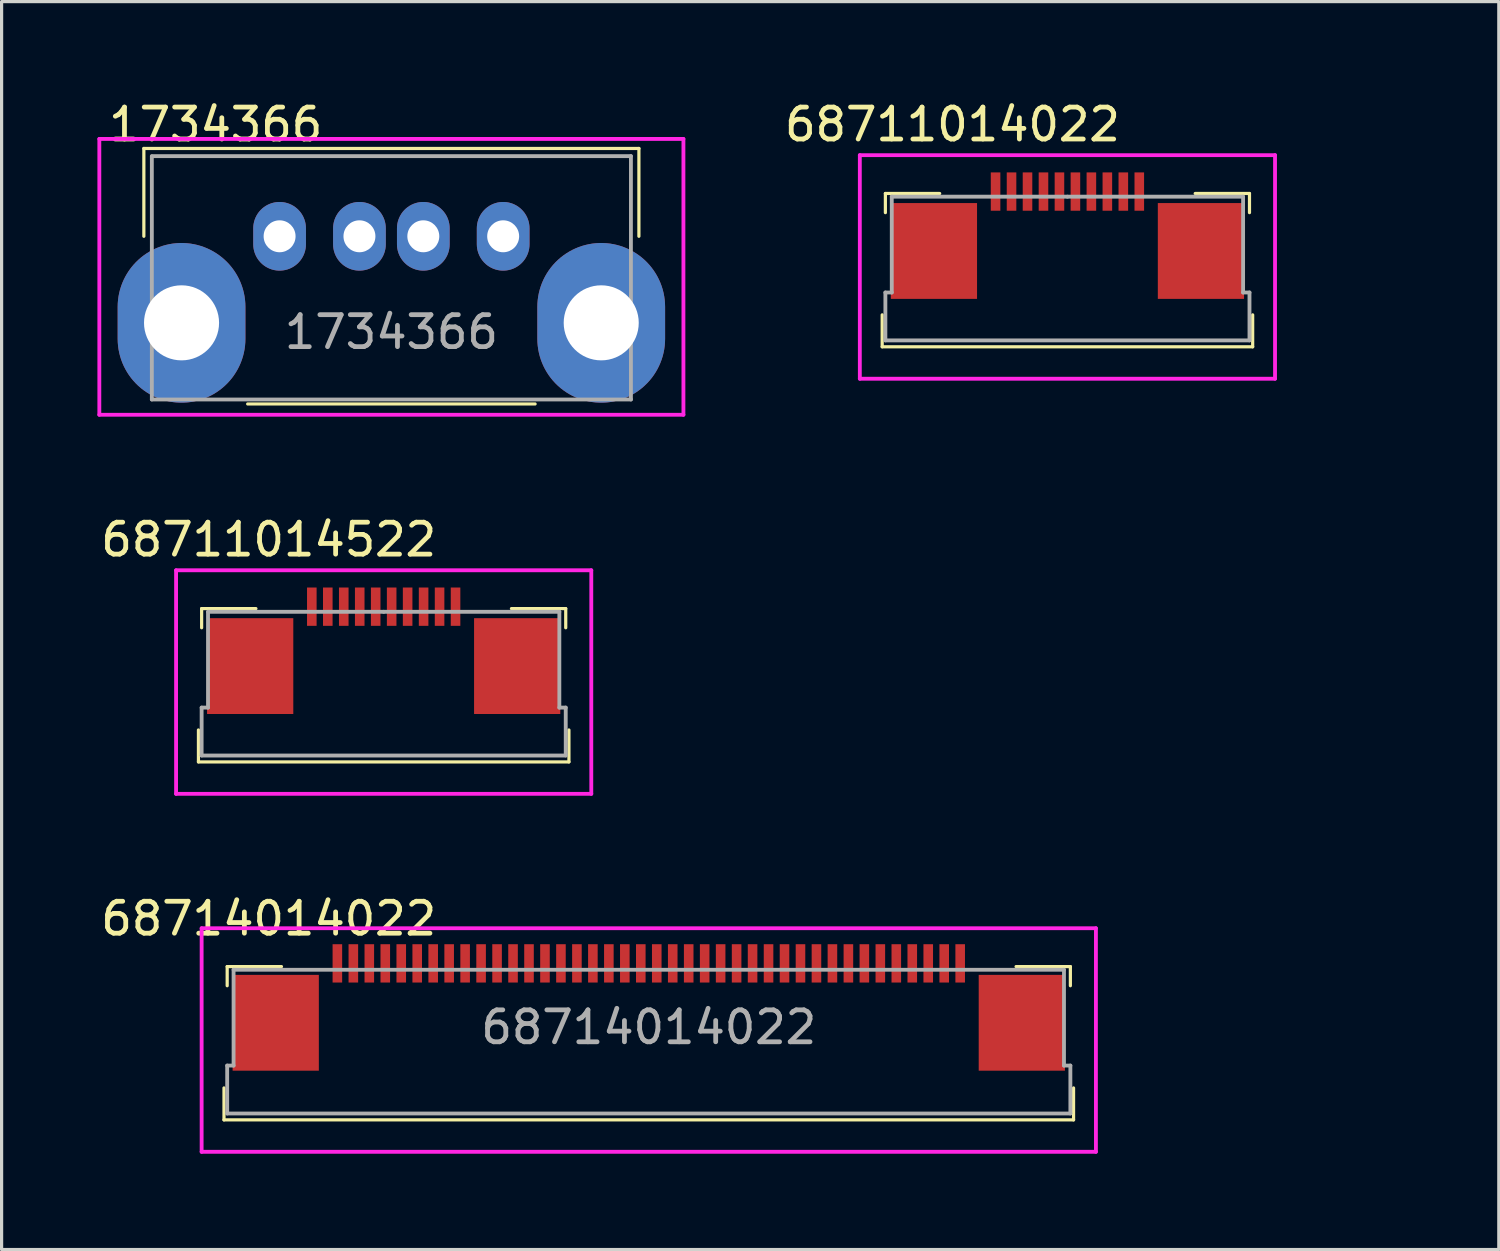
<source format=kicad_pcb>
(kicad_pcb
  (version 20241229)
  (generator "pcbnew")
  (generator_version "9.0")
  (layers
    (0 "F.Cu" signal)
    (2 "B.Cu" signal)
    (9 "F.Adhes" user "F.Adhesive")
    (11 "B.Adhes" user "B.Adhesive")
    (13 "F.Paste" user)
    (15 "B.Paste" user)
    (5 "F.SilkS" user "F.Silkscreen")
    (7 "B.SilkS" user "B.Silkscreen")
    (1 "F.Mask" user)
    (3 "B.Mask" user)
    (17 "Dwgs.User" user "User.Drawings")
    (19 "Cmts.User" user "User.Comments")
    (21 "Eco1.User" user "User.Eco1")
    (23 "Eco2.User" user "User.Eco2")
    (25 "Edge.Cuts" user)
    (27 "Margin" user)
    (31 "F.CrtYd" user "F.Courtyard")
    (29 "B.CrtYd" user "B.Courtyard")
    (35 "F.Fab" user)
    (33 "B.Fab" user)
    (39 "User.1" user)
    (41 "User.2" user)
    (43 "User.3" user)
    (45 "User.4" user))
  (footprint "68714014022"
    (layer "F.Cu")
    (at 17.263 29.113)
    (property "Reference" "68714014022" (at -11.9 -3.4 0) (layer "F.SilkS") (effects (font (size 1 1) (thickness 0.15))))
    (attr through_hole)
    (fp_line (start -13.3 2.9) (end -13.3 1.9) (stroke (width 0.1) (type solid)) (layer "F.SilkS"))
    (fp_line (start -13.3 2.9) (end 13.3 2.9) (stroke (width 0.1) (type solid)) (layer "F.SilkS"))
    (fp_line (start -13.2 -1.9) (end -13.2 -1.3) (stroke (width 0.1) (type solid)) (layer "F.SilkS"))
    (fp_line (start -11.5 -1.9) (end -13.2 -1.9) (stroke (width 0.1) (type solid)) (layer "F.SilkS"))
    (fp_line (start 11.5 -1.9) (end 13.2 -1.9) (stroke (width 0.1) (type solid)) (layer "F.SilkS"))
    (fp_line (start 13.2 -1.9) (end 13.2 -1.3) (stroke (width 0.1) (type solid)) (layer "F.SilkS"))
    (fp_line (start 13.3 1.9) (end 13.3 2.9) (stroke (width 0.1) (type solid)) (layer "F.SilkS"))
    (fp_line (start -14 -3.1) (end -14 3.9) (stroke (width 0.12) (type solid)) (layer "F.CrtYd"))
    (fp_line (start -14 -3.1) (end 14 -3.1) (stroke (width 0.12) (type solid)) (layer "F.CrtYd"))
    (fp_line (start 14 3.9) (end -14 3.9) (stroke (width 0.12) (type solid)) (layer "F.CrtYd"))
    (fp_line (start 14 3.9) (end 14 -3.1) (stroke (width 0.12) (type solid)) (layer "F.CrtYd"))
    (fp_line (start -13.2 1.2) (end -13 1.2) (stroke (width 0.12) (type solid)) (layer "F.Fab"))
    (fp_line (start -13.2 2.7) (end -13.2 1.2) (stroke (width 0.12) (type solid)) (layer "F.Fab"))
    (fp_line (start -13 -1.8) (end 13 -1.8) (stroke (width 0.12) (type solid)) (layer "F.Fab"))
    (fp_line (start -13 1.2) (end -13 -1.8) (stroke (width 0.12) (type solid)) (layer "F.Fab"))
    (fp_line (start 13 -1.8) (end 13 1.2) (stroke (width 0.12) (type solid)) (layer "F.Fab"))
    (fp_line (start 13 1.2) (end 13.2 1.2) (stroke (width 0.12) (type solid)) (layer "F.Fab"))
    (fp_line (start 13.2 1.2) (end 13.2 2.7) (stroke (width 0.12) (type solid)) (layer "F.Fab"))
    (fp_line (start 13.2 2.7) (end -13.2 2.7) (stroke (width 0.12) (type solid)) (layer "F.Fab"))
    (fp_text user "${REFERENCE}" (at 0 0 0) (layer "F.Fab") (effects (font (size 1 1) (thickness 0.15))))
    (pad "" smd rect (at -11.68 -0.14) (size 2.7 3) (layers "F.Cu" "F.Mask" "F.Paste"))
    (pad "" smd rect (at 11.68 -0.14) (size 2.7 3) (layers "F.Cu" "F.Mask" "F.Paste"))
    (pad "1" smd rect (at -9.75 -2) (size 0.3 1.2) (layers "F.Cu" "F.Mask" "F.Paste"))
    (pad "2" smd rect (at -9.25 -2) (size 0.3 1.2) (layers "F.Cu" "F.Mask" "F.Paste"))
    (pad "3" smd rect (at -8.75 -2) (size 0.3 1.2) (layers "F.Cu" "F.Mask" "F.Paste"))
    (pad "4" smd rect (at -8.25 -2) (size 0.3 1.2) (layers "F.Cu" "F.Mask" "F.Paste"))
    (pad "5" smd rect (at -7.75 -2) (size 0.3 1.2) (layers "F.Cu" "F.Mask" "F.Paste"))
    (pad "6" smd rect (at -7.25 -2) (size 0.3 1.2) (layers "F.Cu" "F.Mask" "F.Paste"))
    (pad "7" smd rect (at -6.75 -2) (size 0.3 1.2) (layers "F.Cu" "F.Mask" "F.Paste"))
    (pad "8" smd rect (at -6.25 -2) (size 0.3 1.2) (layers "F.Cu" "F.Mask" "F.Paste"))
    (pad "9" smd rect (at -5.75 -2) (size 0.3 1.2) (layers "F.Cu" "F.Mask" "F.Paste"))
    (pad "10" smd rect (at -5.25 -2) (size 0.3 1.2) (layers "F.Cu" "F.Mask" "F.Paste"))
    (pad "11" smd rect (at -4.75 -2) (size 0.3 1.2) (layers "F.Cu" "F.Mask" "F.Paste"))
    (pad "12" smd rect (at -4.25 -2) (size 0.3 1.2) (layers "F.Cu" "F.Mask" "F.Paste"))
    (pad "13" smd rect (at -3.75 -2) (size 0.3 1.2) (layers "F.Cu" "F.Mask" "F.Paste"))
    (pad "14" smd rect (at -3.25 -2) (size 0.3 1.2) (layers "F.Cu" "F.Mask" "F.Paste"))
    (pad "15" smd rect (at -2.75 -2) (size 0.3 1.2) (layers "F.Cu" "F.Mask" "F.Paste"))
    (pad "16" smd rect (at -2.25 -2) (size 0.3 1.2) (layers "F.Cu" "F.Mask" "F.Paste"))
    (pad "17" smd rect (at -1.75 -2) (size 0.3 1.2) (layers "F.Cu" "F.Mask" "F.Paste"))
    (pad "18" smd rect (at -1.25 -2) (size 0.3 1.2) (layers "F.Cu" "F.Mask" "F.Paste"))
    (pad "19" smd rect (at -0.75 -2) (size 0.3 1.2) (layers "F.Cu" "F.Mask" "F.Paste"))
    (pad "20" smd rect (at -0.25 -2) (size 0.3 1.2) (layers "F.Cu" "F.Mask" "F.Paste"))
    (pad "21" smd rect (at 0.25 -2) (size 0.3 1.2) (layers "F.Cu" "F.Mask" "F.Paste"))
    (pad "22" smd rect (at 0.75 -2) (size 0.3 1.2) (layers "F.Cu" "F.Mask" "F.Paste"))
    (pad "23" smd rect (at 1.25 -2) (size 0.3 1.2) (layers "F.Cu" "F.Mask" "F.Paste"))
    (pad "24" smd rect (at 1.75 -2) (size 0.3 1.2) (layers "F.Cu" "F.Mask" "F.Paste"))
    (pad "25" smd rect (at 2.25 -2) (size 0.3 1.2) (layers "F.Cu" "F.Mask" "F.Paste"))
    (pad "26" smd rect (at 2.75 -2) (size 0.3 1.2) (layers "F.Cu" "F.Mask" "F.Paste"))
    (pad "27" smd rect (at 3.25 -2) (size 0.3 1.2) (layers "F.Cu" "F.Mask" "F.Paste"))
    (pad "28" smd rect (at 3.75 -2) (size 0.3 1.2) (layers "F.Cu" "F.Mask" "F.Paste"))
    (pad "29" smd rect (at 4.25 -2) (size 0.3 1.2) (layers "F.Cu" "F.Mask" "F.Paste"))
    (pad "30" smd rect (at 4.75 -2) (size 0.3 1.2) (layers "F.Cu" "F.Mask" "F.Paste"))
    (pad "31" smd rect (at 5.25 -2) (size 0.3 1.2) (layers "F.Cu" "F.Mask" "F.Paste"))
    (pad "32" smd rect (at 5.75 -2) (size 0.3 1.2) (layers "F.Cu" "F.Mask" "F.Paste"))
    (pad "33" smd rect (at 6.25 -2) (size 0.3 1.2) (layers "F.Cu" "F.Mask" "F.Paste"))
    (pad "34" smd rect (at 6.75 -2) (size 0.3 1.2) (layers "F.Cu" "F.Mask" "F.Paste"))
    (pad "35" smd rect (at 7.25 -2) (size 0.3 1.2) (layers "F.Cu" "F.Mask" "F.Paste"))
    (pad "36" smd rect (at 7.75 -2) (size 0.3 1.2) (layers "F.Cu" "F.Mask" "F.Paste"))
    (pad "37" smd rect (at 8.25 -2) (size 0.3 1.2) (layers "F.Cu" "F.Mask" "F.Paste"))
    (pad "38" smd rect (at 8.75 -2) (size 0.3 1.2) (layers "F.Cu" "F.Mask" "F.Paste"))
    (pad "39" smd rect (at 9.25 -2) (size 0.3 1.2) (layers "F.Cu" "F.Mask" "F.Paste"))
    (pad "40" smd rect (at 9.75 -2) (size 0.3 1.2) (layers "F.Cu" "F.Mask" "F.Paste")))
  (footprint "68711014022"
    (layer "F.Cu")
    (at 30.371 4.808)
    (property "Reference" "68711014022" (at -3.6 -3.96 0) (layer "F.SilkS") (effects (font (size 1 1) (thickness 0.15))))
    (attr through_hole)
    (fp_line (start -5.8 3) (end -5.8 2) (stroke (width 0.1) (type solid)) (layer "F.SilkS"))
    (fp_line (start -5.7 -1.8) (end -5.7 -1.2) (stroke (width 0.1) (type solid)) (layer "F.SilkS"))
    (fp_line (start -4 -1.8) (end -5.7 -1.8) (stroke (width 0.1) (type solid)) (layer "F.SilkS"))
    (fp_line (start 4 -1.8) (end 5.7 -1.8) (stroke (width 0.1) (type solid)) (layer "F.SilkS"))
    (fp_line (start 5.7 -1.8) (end 5.7 -1.2) (stroke (width 0.1) (type solid)) (layer "F.SilkS"))
    (fp_line (start 5.8 2) (end 5.8 3) (stroke (width 0.1) (type solid)) (layer "F.SilkS"))
    (fp_line (start 5.8 3) (end -5.8 3) (stroke (width 0.1) (type solid)) (layer "F.SilkS"))
    (fp_line (start -2.7 0) (end 2.6 0) (stroke (width 0.12) (type solid)) (layer "Eco1.User"))
    (fp_line (start 0 0.4) (end -0.5 1) (stroke (width 0.12) (type solid)) (layer "Eco1.User"))
    (fp_line (start 0 0.4) (end 0 4) (stroke (width 0.12) (type solid)) (layer "Eco1.User"))
    (fp_line (start 0 0.4) (end 0.5 1) (stroke (width 0.12) (type solid)) (layer "Eco1.User"))
    (fp_line (start -6.5 -3) (end -6.5 4) (stroke (width 0.12) (type solid)) (layer "F.CrtYd"))
    (fp_line (start -6.5 4) (end 6.5 4) (stroke (width 0.12) (type solid)) (layer "F.CrtYd"))
    (fp_line (start 6.5 -3) (end -6.5 -3) (stroke (width 0.12) (type solid)) (layer "F.CrtYd"))
    (fp_line (start 6.5 4) (end 6.5 -3) (stroke (width 0.12) (type solid)) (layer "F.CrtYd"))
    (fp_line (start -5.7 1.3) (end -5.5 1.3) (stroke (width 0.12) (type solid)) (layer "F.Fab"))
    (fp_line (start -5.7 2.8) (end -5.7 1.3) (stroke (width 0.12) (type solid)) (layer "F.Fab"))
    (fp_line (start -5.5 -1.7) (end 0 -1.7) (stroke (width 0.12) (type solid)) (layer "F.Fab"))
    (fp_line (start -5.5 1.3) (end -5.5 -1.7) (stroke (width 0.12) (type solid)) (layer "F.Fab"))
    (fp_line (start 0 -1.7) (end 5.5 -1.7) (stroke (width 0.12) (type solid)) (layer "F.Fab"))
    (fp_line (start 5.5 -1.7) (end 5.5 1.3) (stroke (width 0.12) (type solid)) (layer "F.Fab"))
    (fp_line (start 5.5 1.3) (end 5.7 1.3) (stroke (width 0.12) (type solid)) (layer "F.Fab"))
    (fp_line (start 5.7 1.3) (end 5.7 2.8) (stroke (width 0.12) (type solid)) (layer "F.Fab"))
    (fp_line (start 5.7 2.8) (end -5.7 2.8) (stroke (width 0.12) (type solid)) (layer "F.Fab"))
    (fp_text user "FPC depth" (at 6.5 0 0) (layer "Eco1.User") (effects (font (size 1 1) (thickness 0.15))))
    (pad "" smd rect (at -4.18 0) (size 2.7 3) (layers "F.Cu" "F.Mask" "F.Paste"))
    (pad "" smd rect (at 4.18 0) (size 2.7 3) (layers "F.Cu" "F.Mask" "F.Paste"))
    (pad "1" smd rect (at -2.25 -1.86) (size 0.3 1.2) (layers "F.Cu" "F.Mask" "F.Paste"))
    (pad "2" smd rect (at -1.75 -1.86) (size 0.3 1.2) (layers "F.Cu" "F.Mask" "F.Paste"))
    (pad "3" smd rect (at -1.25 -1.86) (size 0.3 1.2) (layers "F.Cu" "F.Mask" "F.Paste"))
    (pad "4" smd rect (at -0.75 -1.86) (size 0.3 1.2) (layers "F.Cu" "F.Mask" "F.Paste"))
    (pad "5" smd rect (at -0.25 -1.86) (size 0.3 1.2) (layers "F.Cu" "F.Mask" "F.Paste"))
    (pad "6" smd rect (at 0.25 -1.86) (size 0.3 1.2) (layers "F.Cu" "F.Mask" "F.Paste"))
    (pad "7" smd rect (at 0.75 -1.86) (size 0.3 1.2) (layers "F.Cu" "F.Mask" "F.Paste"))
    (pad "8" smd rect (at 1.25 -1.86) (size 0.3 1.2) (layers "F.Cu" "F.Mask" "F.Paste"))
    (pad "9" smd rect (at 1.75 -1.86) (size 0.3 1.2) (layers "F.Cu" "F.Mask" "F.Paste"))
    (pad "10" smd rect (at 2.25 -1.86) (size 0.3 1.2) (layers "F.Cu" "F.Mask" "F.Paste")))
  (footprint "68711014522"
    (layer "F.Cu")
    (at 8.963 17.805)
    (property "Reference" "68711014522" (at -3.6 -3.96 0) (layer "F.SilkS") (effects (font (size 1 1) (thickness 0.15))))
    (attr through_hole)
    (fp_line (start -5.8 3) (end -5.8 2) (stroke (width 0.1) (type solid)) (layer "F.SilkS"))
    (fp_line (start -5.7 -1.8) (end -5.7 -1.2) (stroke (width 0.1) (type solid)) (layer "F.SilkS"))
    (fp_line (start -4 -1.8) (end -5.7 -1.8) (stroke (width 0.1) (type solid)) (layer "F.SilkS"))
    (fp_line (start 4 -1.8) (end 5.7 -1.8) (stroke (width 0.1) (type solid)) (layer "F.SilkS"))
    (fp_line (start 5.7 -1.8) (end 5.7 -1.2) (stroke (width 0.1) (type solid)) (layer "F.SilkS"))
    (fp_line (start 5.8 2) (end 5.8 3) (stroke (width 0.1) (type solid)) (layer "F.SilkS"))
    (fp_line (start 5.8 3) (end -5.8 3) (stroke (width 0.1) (type solid)) (layer "F.SilkS"))
    (fp_line (start -2.7 0) (end 2.6 0) (stroke (width 0.12) (type solid)) (layer "Eco1.User"))
    (fp_line (start 0 0.4) (end -0.5 1) (stroke (width 0.12) (type solid)) (layer "Eco1.User"))
    (fp_line (start 0 0.4) (end 0 4) (stroke (width 0.12) (type solid)) (layer "Eco1.User"))
    (fp_line (start 0 0.4) (end 0.5 1) (stroke (width 0.12) (type solid)) (layer "Eco1.User"))
    (fp_line (start -6.5 -3) (end -6.5 4) (stroke (width 0.12) (type solid)) (layer "F.CrtYd"))
    (fp_line (start -6.5 4) (end 6.5 4) (stroke (width 0.12) (type solid)) (layer "F.CrtYd"))
    (fp_line (start 6.5 -3) (end -6.5 -3) (stroke (width 0.12) (type solid)) (layer "F.CrtYd"))
    (fp_line (start 6.5 4) (end 6.5 -3) (stroke (width 0.12) (type solid)) (layer "F.CrtYd"))
    (fp_line (start -5.7 1.3) (end -5.5 1.3) (stroke (width 0.12) (type solid)) (layer "F.Fab"))
    (fp_line (start -5.7 2.8) (end -5.7 1.3) (stroke (width 0.12) (type solid)) (layer "F.Fab"))
    (fp_line (start -5.5 -1.7) (end 0 -1.7) (stroke (width 0.12) (type solid)) (layer "F.Fab"))
    (fp_line (start -5.5 1.3) (end -5.5 -1.7) (stroke (width 0.12) (type solid)) (layer "F.Fab"))
    (fp_line (start 0 -1.7) (end 5.5 -1.7) (stroke (width 0.12) (type solid)) (layer "F.Fab"))
    (fp_line (start 5.5 -1.7) (end 5.5 1.3) (stroke (width 0.12) (type solid)) (layer "F.Fab"))
    (fp_line (start 5.5 1.3) (end 5.7 1.3) (stroke (width 0.12) (type solid)) (layer "F.Fab"))
    (fp_line (start 5.7 1.3) (end 5.7 2.8) (stroke (width 0.12) (type solid)) (layer "F.Fab"))
    (fp_line (start 5.7 2.8) (end -5.7 2.8) (stroke (width 0.12) (type solid)) (layer "F.Fab"))
    (fp_text user "FPC depth" (at 6.5 0 0) (layer "Eco1.User") (effects (font (size 1 1) (thickness 0.15))))
    (pad "" smd rect (at -4.18 0) (size 2.7 3) (layers "F.Cu" "F.Mask" "F.Paste"))
    (pad "" smd rect (at 4.18 0) (size 2.7 3) (layers "F.Cu" "F.Mask" "F.Paste"))
    (pad "1" smd rect (at -2.25 -1.86) (size 0.3 1.2) (layers "F.Cu" "F.Mask" "F.Paste"))
    (pad "2" smd rect (at -1.75 -1.86) (size 0.3 1.2) (layers "F.Cu" "F.Mask" "F.Paste"))
    (pad "3" smd rect (at -1.25 -1.86) (size 0.3 1.2) (layers "F.Cu" "F.Mask" "F.Paste"))
    (pad "4" smd rect (at -0.75 -1.86) (size 0.3 1.2) (layers "F.Cu" "F.Mask" "F.Paste"))
    (pad "5" smd rect (at -0.25 -1.86) (size 0.3 1.2) (layers "F.Cu" "F.Mask" "F.Paste"))
    (pad "6" smd rect (at 0.25 -1.86) (size 0.3 1.2) (layers "F.Cu" "F.Mask" "F.Paste"))
    (pad "7" smd rect (at 0.75 -1.86) (size 0.3 1.2) (layers "F.Cu" "F.Mask" "F.Paste"))
    (pad "8" smd rect (at 1.25 -1.86) (size 0.3 1.2) (layers "F.Cu" "F.Mask" "F.Paste"))
    (pad "9" smd rect (at 1.75 -1.86) (size 0.3 1.2) (layers "F.Cu" "F.Mask" "F.Paste"))
    (pad "10" smd rect (at 2.25 -1.86) (size 0.3 1.2) (layers "F.Cu" "F.Mask" "F.Paste")))
  (footprint "1734366"
    (layer "F.Cu")
    (at 9.204 5.618)
    (property "Reference" "1734366" (at -5.5 -4.77 0) (layer "F.SilkS") (effects (font (size 1 1) (thickness 0.15))))
    (attr through_hole)
    (fp_line (start -7.75 -4.02) (end -7.75 -1.27) (stroke (width 0.1) (type solid)) (layer "F.SilkS"))
    (fp_line (start 4.5 3.98) (end -4.5 3.98) (stroke (width 0.1) (type solid)) (layer "F.SilkS"))
    (fp_line (start 7.75 -4.02) (end -7.75 -4.02) (stroke (width 0.1) (type solid)) (layer "F.SilkS"))
    (fp_line (start 7.75 -1.27) (end 7.75 -4.02) (stroke (width 0.1) (type solid)) (layer "F.SilkS"))
    (fp_line (start -6.75 -3.02) (end 6.5 -3.02) (stroke (width 0.12) (type solid)) (layer "Eco2.User"))
    (fp_line (start -6.75 -2.77) (end -6.75 -3.02) (stroke (width 0.12) (type solid)) (layer "Eco2.User"))
    (fp_line (start -6.75 -1.27) (end -6.75 -2.77) (stroke (width 0.12) (type solid)) (layer "Eco2.User"))
    (fp_line (start -4.25 -1.27) (end -4.25 -0.27) (stroke (width 0.12) (type solid)) (layer "Eco2.User"))
    (fp_line (start -4.25 -0.27) (end -2.75 -0.27) (stroke (width 0.12) (type solid)) (layer "Eco2.User"))
    (fp_line (start -2.75 -0.27) (end -2.75 -1.27) (stroke (width 0.12) (type solid)) (layer "Eco2.User"))
    (fp_line (start -1.75 -1.27) (end -1.75 -0.27) (stroke (width 0.12) (type solid)) (layer "Eco2.User"))
    (fp_line (start -1.75 -0.27) (end -0.25 -0.27) (stroke (width 0.12) (type solid)) (layer "Eco2.User"))
    (fp_line (start -0.25 -0.27) (end -0.25 -1.27) (stroke (width 0.12) (type solid)) (layer "Eco2.User"))
    (fp_line (start 0.25 -1.27) (end 0.25 -0.27) (stroke (width 0.12) (type solid)) (layer "Eco2.User"))
    (fp_line (start 0.25 -0.27) (end 1.75 -0.27) (stroke (width 0.12) (type solid)) (layer "Eco2.User"))
    (fp_line (start 1.75 -0.27) (end 1.75 -1.27) (stroke (width 0.12) (type solid)) (layer "Eco2.User"))
    (fp_line (start 2.75 -1.27) (end 2.75 -0.27) (stroke (width 0.12) (type solid)) (layer "Eco2.User"))
    (fp_line (start 2.75 -0.27) (end 4.25 -0.27) (stroke (width 0.12) (type solid)) (layer "Eco2.User"))
    (fp_line (start 4.25 -0.27) (end 4.25 -1.27) (stroke (width 0.12) (type solid)) (layer "Eco2.User"))
    (fp_line (start 6.5 -3.02) (end 6.5 -1.27) (stroke (width 0.12) (type solid)) (layer "Eco2.User"))
    (fp_line (start 6.5 -1.27) (end -6.75 -1.27) (stroke (width 0.12) (type solid)) (layer "Eco2.User"))
    (fp_line (start -9.144 -4.318) (end -9.144 4.318) (stroke (width 0.12) (type solid)) (layer "F.CrtYd"))
    (fp_line (start -9.144 4.318) (end 9.144 4.318) (stroke (width 0.12) (type solid)) (layer "F.CrtYd"))
    (fp_line (start 9.144 -4.318) (end -9.144 -4.318) (stroke (width 0.12) (type solid)) (layer "F.CrtYd"))
    (fp_line (start 9.144 4.318) (end 9.144 -4.318) (stroke (width 0.12) (type solid)) (layer "F.CrtYd"))
    (fp_line (start -7.5 -3.78) (end 7.5 -3.78) (stroke (width 0.12) (type solid)) (layer "F.Fab"))
    (fp_line (start -7.5 3.84) (end -7.5 -3.77) (stroke (width 0.12) (type solid)) (layer "F.Fab"))
    (fp_line (start -7.5 3.84) (end 7.5 3.84) (stroke (width 0.12) (type solid)) (layer "F.Fab"))
    (fp_line (start 7.5 -3.78) (end 7.5 3.84) (stroke (width 0.12) (type solid)) (layer "F.Fab"))
    (fp_text user "${REFERENCE}" (at 0 1.73 0) (layer "F.Fab") (effects (font (size 1 1) (thickness 0.15))))
    (pad "1" thru_hole oval (at -3.5 -1.27) (size 1.65 2.15) (drill 1) (layers "*.Cu" "*.Mask"))
    (pad "2" thru_hole oval (at -1 -1.27) (size 1.65 2.15) (drill 1) (layers "*.Cu" "*.Mask"))
    (pad "3" thru_hole oval (at 1 -1.27) (size 1.65 2.15) (drill 1) (layers "*.Cu" "*.Mask"))
    (pad "4" thru_hole oval (at 3.5 -1.27) (size 1.65 2.15) (drill 1) (layers "*.Cu" "*.Mask"))
    (pad "5" thru_hole oval (at -6.57 1.44) (size 4 5) (drill 2.35) (layers "*.Cu" "*.Mask"))
    (pad "5" thru_hole oval (at 6.57 1.44) (size 4 5) (drill 2.35) (layers "*.Cu" "*.Mask")))
  (gr_rect
    (start -3 -3)
    (end 43.877 36.073)
    (stroke (width 0.1) (type default))
    (fill no)
    (layer "Edge.Cuts")))
</source>
